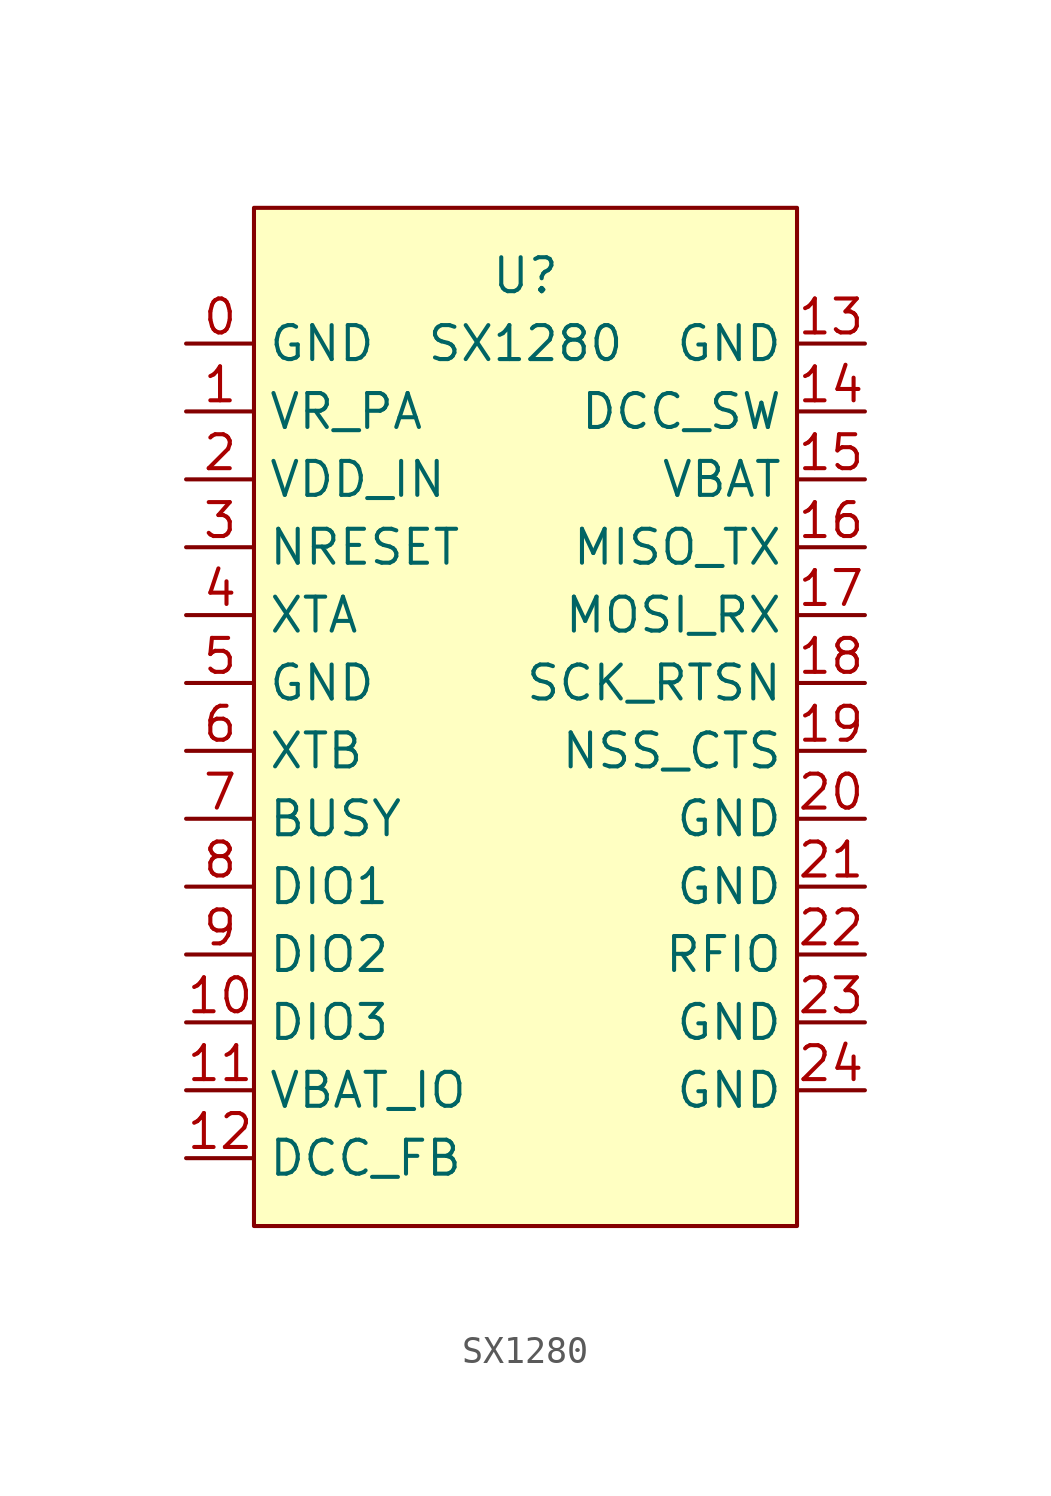
<source format=kicad_sym>
(kicad_symbol_lib
  (version 20211014)
  (generator kicad_symbol_editor)
  (symbol "SX1280"
    (property "Reference" "U"
      (at 0 2.54 0)
      (effects (font (size 1.27 1.27))))
    (property "Value" "SX1280"
      (at 0 0 0)
      (effects (font (size 1.27 1.27))))
    (symbol "SX1280_0_1"
      (rectangle (start -10.16 5.08) (end 10.16 -33.02) (stroke (width 0) (type default) (color 0 0 0 0)) (fill (type background))))
    (symbol "SX1280_1_1"
      (pin input line (at -12.7 0 0) (length 2.54) (name "GND" (effects (font (size 1.27 1.27)))) (number "0" (effects (font (size 1.27 1.27)))))
      (pin input line (at -12.7 -2.54 0) (length 2.54) (name "VR_PA" (effects (font (size 1.27 1.27)))) (number "1" (effects (font (size 1.27 1.27)))))
      (pin bidirectional line (at -12.7 -25.4 0) (length 2.54) (name "DIO3" (effects (font (size 1.27 1.27)))) (number "10" (effects (font (size 1.27 1.27)))))
      (pin input line (at -12.7 -27.94 0) (length 2.54) (name "VBAT_IO" (effects (font (size 1.27 1.27)))) (number "11" (effects (font (size 1.27 1.27)))))
      (pin output line (at -12.7 -30.48 0) (length 2.54) (name "DCC_FB" (effects (font (size 1.27 1.27)))) (number "12" (effects (font (size 1.27 1.27)))))
      (pin input line (at 12.7 0 180) (length 2.54) (name "GND" (effects (font (size 1.27 1.27)))) (number "13" (effects (font (size 1.27 1.27)))))
      (pin output line (at 12.7 -2.54 180) (length 2.54) (name "DCC_SW" (effects (font (size 1.27 1.27)))) (number "14" (effects (font (size 1.27 1.27)))))
      (pin input line (at 12.7 -5.08 180) (length 2.54) (name "VBAT" (effects (font (size 1.27 1.27)))) (number "15" (effects (font (size 1.27 1.27)))))
      (pin output line (at 12.7 -7.62 180) (length 2.54) (name "MISO_TX" (effects (font (size 1.27 1.27)))) (number "16" (effects (font (size 1.27 1.27)))))
      (pin input line (at 12.7 -10.16 180) (length 2.54) (name "MOSI_RX" (effects (font (size 1.27 1.27)))) (number "17" (effects (font (size 1.27 1.27)))))
      (pin input line (at 12.7 -12.7 180) (length 2.54) (name "SCK_RTSN" (effects (font (size 1.27 1.27)))) (number "18" (effects (font (size 1.27 1.27)))))
      (pin input line (at 12.7 -15.24 180) (length 2.54) (name "NSS_CTS" (effects (font (size 1.27 1.27)))) (number "19" (effects (font (size 1.27 1.27)))))
      (pin input line (at -12.7 -5.08 0) (length 2.54) (name "VDD_IN" (effects (font (size 1.27 1.27)))) (number "2" (effects (font (size 1.27 1.27)))))
      (pin input line (at 12.7 -17.78 180) (length 2.54) (name "GND" (effects (font (size 1.27 1.27)))) (number "20" (effects (font (size 1.27 1.27)))))
      (pin input line (at 12.7 -20.32 180) (length 2.54) (name "GND" (effects (font (size 1.27 1.27)))) (number "21" (effects (font (size 1.27 1.27)))))
      (pin bidirectional line (at 12.7 -22.86 180) (length 2.54) (name "RFIO" (effects (font (size 1.27 1.27)))) (number "22" (effects (font (size 1.27 1.27)))))
      (pin input line (at 12.7 -25.4 180) (length 2.54) (name "GND" (effects (font (size 1.27 1.27)))) (number "23" (effects (font (size 1.27 1.27)))))
      (pin input line (at 12.7 -27.94 180) (length 2.54) (name "GND" (effects (font (size 1.27 1.27)))) (number "24" (effects (font (size 1.27 1.27)))))
      (pin input line (at -12.7 -7.62 0) (length 2.54) (name "NRESET" (effects (font (size 1.27 1.27)))) (number "3" (effects (font (size 1.27 1.27)))))
      (pin input line (at -12.7 -10.16 0) (length 2.54) (name "XTA" (effects (font (size 1.27 1.27)))) (number "4" (effects (font (size 1.27 1.27)))))
      (pin input line (at -12.7 -12.7 0) (length 2.54) (name "GND" (effects (font (size 1.27 1.27)))) (number "5" (effects (font (size 1.27 1.27)))))
      (pin input line (at -12.7 -15.24 0) (length 2.54) (name "XTB" (effects (font (size 1.27 1.27)))) (number "6" (effects (font (size 1.27 1.27)))))
      (pin input line (at -12.7 -17.78 0) (length 2.54) (name "BUSY" (effects (font (size 1.27 1.27)))) (number "7" (effects (font (size 1.27 1.27)))))
      (pin bidirectional line (at -12.7 -20.32 0) (length 2.54) (name "DIO1" (effects (font (size 1.27 1.27)))) (number "8" (effects (font (size 1.27 1.27)))))
      (pin bidirectional line (at -12.7 -22.86 0) (length 2.54) (name "DIO2" (effects (font (size 1.27 1.27)))) (number "9" (effects (font (size 1.27 1.27))))))))
</source>
